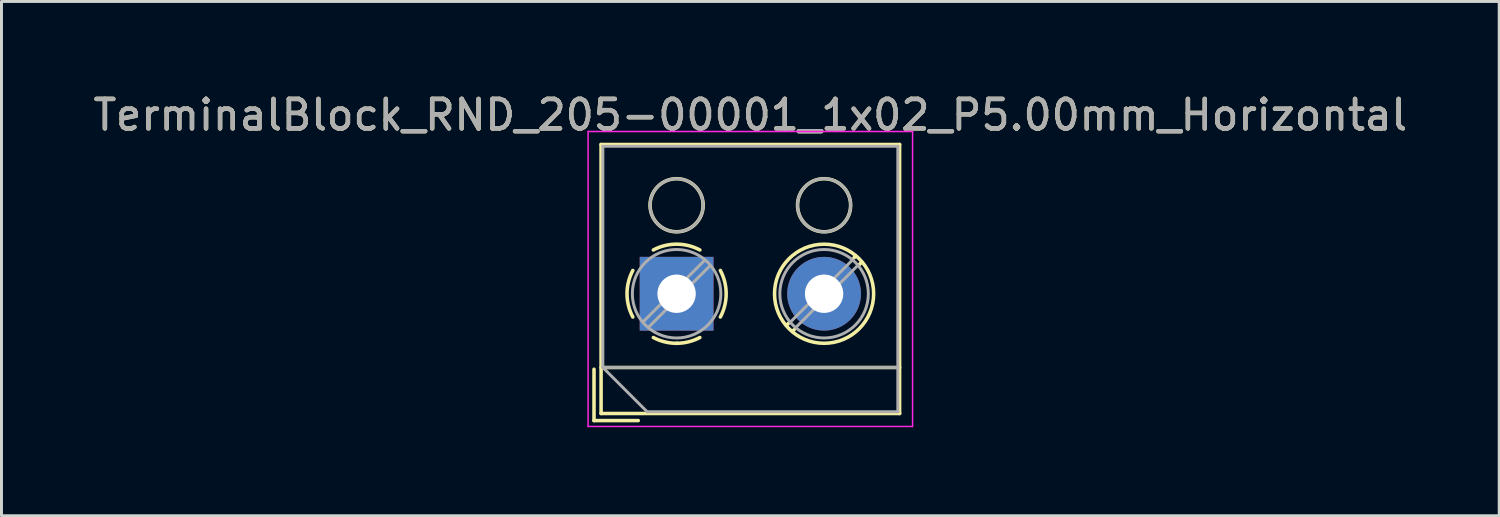
<source format=kicad_pcb>
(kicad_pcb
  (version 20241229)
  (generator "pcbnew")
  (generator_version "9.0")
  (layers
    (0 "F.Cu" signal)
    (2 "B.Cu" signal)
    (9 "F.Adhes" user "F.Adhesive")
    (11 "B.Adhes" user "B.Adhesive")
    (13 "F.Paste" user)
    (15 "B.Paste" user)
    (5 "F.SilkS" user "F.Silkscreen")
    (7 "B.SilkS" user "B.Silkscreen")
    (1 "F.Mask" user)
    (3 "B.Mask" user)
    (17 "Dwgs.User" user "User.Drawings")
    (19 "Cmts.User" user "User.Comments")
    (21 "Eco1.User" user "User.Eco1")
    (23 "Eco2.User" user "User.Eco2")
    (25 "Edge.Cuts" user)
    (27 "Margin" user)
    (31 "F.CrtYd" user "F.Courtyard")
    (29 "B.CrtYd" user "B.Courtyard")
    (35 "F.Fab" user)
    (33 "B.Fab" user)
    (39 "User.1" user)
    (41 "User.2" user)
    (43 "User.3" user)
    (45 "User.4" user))
  (footprint "TerminalBlock_RND_205-00001_1x02_P5.00mm_Horizontal"
    (layer "F.Cu")
    (at 19.887 6.908)
    (property "Reference" "TerminalBlock_RND_205-00001_1x02_P5.00mm_Horizontal" (at 2.5 -6.06 0) (layer "F.SilkS") (effects (font (size 1 1) (thickness 0.15))))
    (attr through_hole)
    (fp_line (start -2.8 2.56) (end -2.8 4.3) (stroke (width 0.12) (type solid)) (layer "F.SilkS"))
    (fp_line (start -2.8 4.3) (end -1.3 4.3) (stroke (width 0.12) (type solid)) (layer "F.SilkS"))
    (fp_line (start -2.56 -5.06) (end -2.56 4.06) (stroke (width 0.12) (type solid)) (layer "F.SilkS"))
    (fp_line (start -2.56 -5.06) (end 7.56 -5.06) (stroke (width 0.12) (type solid)) (layer "F.SilkS"))
    (fp_line (start -2.56 2.5) (end 7.56 2.5) (stroke (width 0.12) (type solid)) (layer "F.SilkS"))
    (fp_line (start -2.56 4.06) (end 7.56 4.06) (stroke (width 0.12) (type solid)) (layer "F.SilkS"))
    (fp_line (start 3.82 0.976) (end 3.726 1.069) (stroke (width 0.12) (type solid)) (layer "F.SilkS"))
    (fp_line (start 3.99 1.216) (end 3.931 1.274) (stroke (width 0.12) (type solid)) (layer "F.SilkS"))
    (fp_line (start 6.07 -1.275) (end 6.011 -1.216) (stroke (width 0.12) (type solid)) (layer "F.SilkS"))
    (fp_line (start 6.275 -1.069) (end 6.181 -0.976) (stroke (width 0.12) (type solid)) (layer "F.SilkS"))
    (fp_line (start 7.56 -5.06) (end 7.56 4.06) (stroke (width 0.12) (type solid)) (layer "F.SilkS"))
    (fp_arc (start -1.483953 0.789089) (mid -1.680708 0.00005) (end -1.484 -0.789) (stroke (width 0.12) (type solid)) (layer "F.SilkS"))
    (fp_arc (start -0.789089 -1.483953) (mid -0.00005 -1.680708) (end 0.789 -1.484) (stroke (width 0.12) (type solid)) (layer "F.SilkS"))
    (fp_arc (start 0.029383 1.68045) (mid -0.392304 1.634281) (end -0.789 1.484) (stroke (width 0.12) (type solid)) (layer "F.SilkS"))
    (fp_arc (start 0.788712 1.483352) (mid 0.406429 1.630097) (end 0 1.68) (stroke (width 0.12) (type solid)) (layer "F.SilkS"))
    (fp_arc (start 1.483953 -0.789089) (mid 1.680708 -0.00005) (end 1.484 0.789) (stroke (width 0.12) (type solid)) (layer "F.SilkS"))
    (fp_circle (center 0 -3) (end 0.9 -3) (stroke (width 0.12) (type solid)) (fill no) (layer "F.SilkS"))
    (fp_circle (center 5 -3) (end 5.9 -3) (stroke (width 0.12) (type solid)) (fill no) (layer "F.SilkS"))
    (fp_circle (center 5 0) (end 6.68 0) (stroke (width 0.12) (type solid)) (fill no) (layer "F.SilkS"))
    (fp_line (start -3 -5.5) (end -3 4.5) (stroke (width 0.05) (type solid)) (layer "F.CrtYd"))
    (fp_line (start -3 4.5) (end 8 4.5) (stroke (width 0.05) (type solid)) (layer "F.CrtYd"))
    (fp_line (start 8 -5.5) (end -3 -5.5) (stroke (width 0.05) (type solid)) (layer "F.CrtYd"))
    (fp_line (start 8 4.5) (end 8 -5.5) (stroke (width 0.05) (type solid)) (layer "F.CrtYd"))
    (fp_line (start -2.5 -5) (end 7.5 -5) (stroke (width 0.1) (type solid)) (layer "F.Fab"))
    (fp_line (start -2.5 2.5) (end -2.5 -5) (stroke (width 0.1) (type solid)) (layer "F.Fab"))
    (fp_line (start -2.5 2.5) (end 7.5 2.5) (stroke (width 0.1) (type solid)) (layer "F.Fab"))
    (fp_line (start -1 4) (end -2.5 2.5) (stroke (width 0.1) (type solid)) (layer "F.Fab"))
    (fp_line (start 0.955 -1.138) (end -1.138 0.955) (stroke (width 0.1) (type solid)) (layer "F.Fab"))
    (fp_line (start 1.138 -0.955) (end -0.955 1.138) (stroke (width 0.1) (type solid)) (layer "F.Fab"))
    (fp_line (start 5.955 -1.138) (end 3.863 0.955) (stroke (width 0.1) (type solid)) (layer "F.Fab"))
    (fp_line (start 6.138 -0.955) (end 4.046 1.138) (stroke (width 0.1) (type solid)) (layer "F.Fab"))
    (fp_line (start 7.5 -5) (end 7.5 4) (stroke (width 0.1) (type solid)) (layer "F.Fab"))
    (fp_line (start 7.5 4) (end -1 4) (stroke (width 0.1) (type solid)) (layer "F.Fab"))
    (fp_circle (center 0 -3) (end 0.9 -3) (stroke (width 0.1) (type solid)) (fill no) (layer "F.Fab"))
    (fp_circle (center 0 0) (end 1.5 0) (stroke (width 0.1) (type solid)) (fill no) (layer "F.Fab"))
    (fp_circle (center 5 -3) (end 5.9 -3) (stroke (width 0.1) (type solid)) (fill no) (layer "F.Fab"))
    (fp_circle (center 5 0) (end 6.5 0) (stroke (width 0.1) (type solid)) (fill no) (layer "F.Fab"))
    (fp_text user "${REFERENCE}" (at 2.5 -6.06 0) (layer "F.Fab") (effects (font (size 1 1) (thickness 0.15))))
    (pad "1" thru_hole rect (at 0 0) (size 2.5 2.5) (drill 1.3) (layers "*.Cu" "*.Mask"))
    (pad "2" thru_hole circle (at 5 0) (size 2.5 2.5) (drill 1.3) (layers "*.Cu" "*.Mask")))
  (gr_rect
    (start -3 -3)
    (end 47.774 14.433)
    (stroke (width 0.1) (type default))
    (fill no)
    (layer "Edge.Cuts")))
</source>
